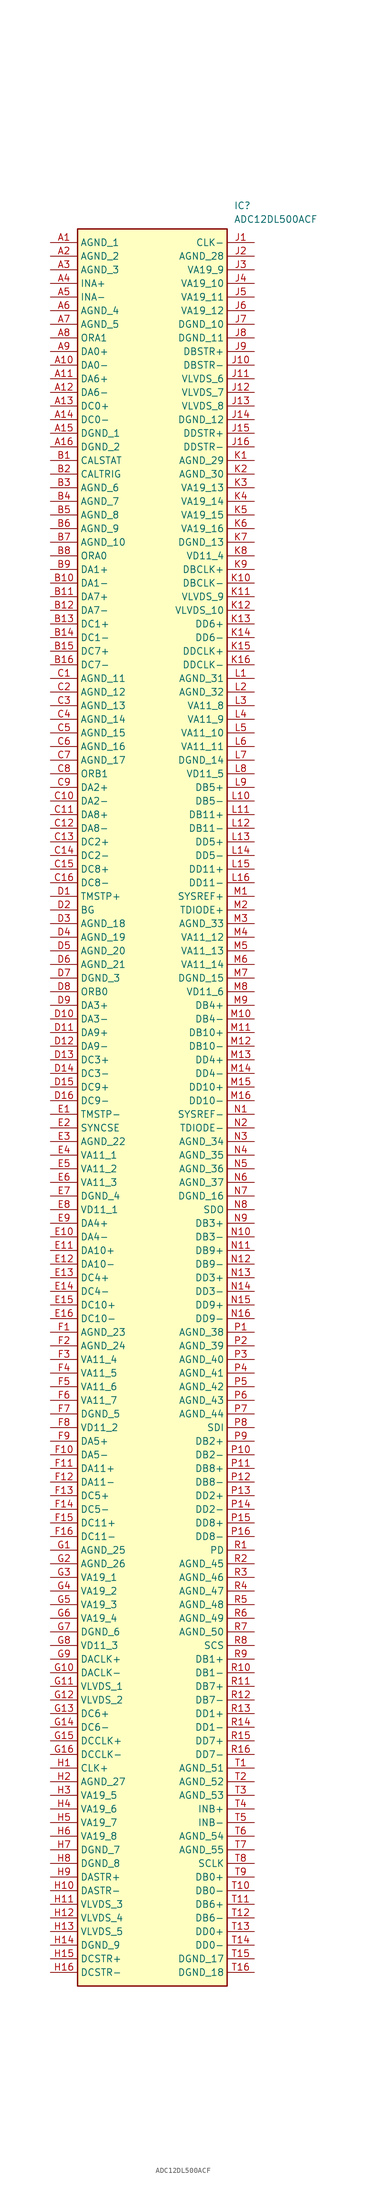
<source format=kicad_sym>
(kicad_symbol_lib
  (version 20211014)
  (generator SamacSys_ECAD_Model)
  (symbol "ADC12DL500ACF"
    (property "Reference" "IC"
      (at 34.29 7.62 0)
      (effects (font (size 1.27 1.27)) (justify left top)))
    (property "Value" "ADC12DL500ACF"
      (at 34.29 5.08 0)
      (effects (font (size 1.27 1.27)) (justify left top)))
    (rectangle
      (start 5.08 2.54)
      (end 33.02 -325.12)
      (stroke (width 0.254) (type default))
      (fill (type background)))
    (pin passive line
      (at 0 0 0)
      (length 5.08)
      (name "AGND_1" (effects (font (size 1.27 1.27))))
      (number "A1" (effects (font (size 1.27 1.27)))))
    (pin passive line
      (at 0 -2.54 0)
      (length 5.08)
      (name "AGND_2" (effects (font (size 1.27 1.27))))
      (number "A2" (effects (font (size 1.27 1.27)))))
    (pin passive line
      (at 0 -5.08 0)
      (length 5.08)
      (name "AGND_3" (effects (font (size 1.27 1.27))))
      (number "A3" (effects (font (size 1.27 1.27)))))
    (pin passive line
      (at 0 -7.62 0)
      (length 5.08)
      (name "INA+" (effects (font (size 1.27 1.27))))
      (number "A4" (effects (font (size 1.27 1.27)))))
    (pin passive line
      (at 0 -10.16 0)
      (length 5.08)
      (name "INA-" (effects (font (size 1.27 1.27))))
      (number "A5" (effects (font (size 1.27 1.27)))))
    (pin passive line
      (at 0 -12.7 0)
      (length 5.08)
      (name "AGND_4" (effects (font (size 1.27 1.27))))
      (number "A6" (effects (font (size 1.27 1.27)))))
    (pin passive line
      (at 0 -15.24 0)
      (length 5.08)
      (name "AGND_5" (effects (font (size 1.27 1.27))))
      (number "A7" (effects (font (size 1.27 1.27)))))
    (pin passive line
      (at 0 -17.78 0)
      (length 5.08)
      (name "ORA1" (effects (font (size 1.27 1.27))))
      (number "A8" (effects (font (size 1.27 1.27)))))
    (pin passive line
      (at 0 -20.32 0)
      (length 5.08)
      (name "DA0+" (effects (font (size 1.27 1.27))))
      (number "A9" (effects (font (size 1.27 1.27)))))
    (pin passive line
      (at 0 -22.86 0)
      (length 5.08)
      (name "DA0-" (effects (font (size 1.27 1.27))))
      (number "A10" (effects (font (size 1.27 1.27)))))
    (pin passive line
      (at 0 -25.4 0)
      (length 5.08)
      (name "DA6+" (effects (font (size 1.27 1.27))))
      (number "A11" (effects (font (size 1.27 1.27)))))
    (pin passive line
      (at 0 -27.94 0)
      (length 5.08)
      (name "DA6-" (effects (font (size 1.27 1.27))))
      (number "A12" (effects (font (size 1.27 1.27)))))
    (pin passive line
      (at 0 -30.48 0)
      (length 5.08)
      (name "DC0+" (effects (font (size 1.27 1.27))))
      (number "A13" (effects (font (size 1.27 1.27)))))
    (pin passive line
      (at 0 -33.02 0)
      (length 5.08)
      (name "DC0-" (effects (font (size 1.27 1.27))))
      (number "A14" (effects (font (size 1.27 1.27)))))
    (pin passive line
      (at 0 -35.56 0)
      (length 5.08)
      (name "DGND_1" (effects (font (size 1.27 1.27))))
      (number "A15" (effects (font (size 1.27 1.27)))))
    (pin passive line
      (at 0 -38.1 0)
      (length 5.08)
      (name "DGND_2" (effects (font (size 1.27 1.27))))
      (number "A16" (effects (font (size 1.27 1.27)))))
    (pin passive line
      (at 0 -40.64 0)
      (length 5.08)
      (name "CALSTAT" (effects (font (size 1.27 1.27))))
      (number "B1" (effects (font (size 1.27 1.27)))))
    (pin passive line
      (at 0 -43.18 0)
      (length 5.08)
      (name "CALTRIG" (effects (font (size 1.27 1.27))))
      (number "B2" (effects (font (size 1.27 1.27)))))
    (pin passive line
      (at 0 -45.72 0)
      (length 5.08)
      (name "AGND_6" (effects (font (size 1.27 1.27))))
      (number "B3" (effects (font (size 1.27 1.27)))))
    (pin passive line
      (at 0 -48.26 0)
      (length 5.08)
      (name "AGND_7" (effects (font (size 1.27 1.27))))
      (number "B4" (effects (font (size 1.27 1.27)))))
    (pin passive line
      (at 0 -50.8 0)
      (length 5.08)
      (name "AGND_8" (effects (font (size 1.27 1.27))))
      (number "B5" (effects (font (size 1.27 1.27)))))
    (pin passive line
      (at 0 -53.34 0)
      (length 5.08)
      (name "AGND_9" (effects (font (size 1.27 1.27))))
      (number "B6" (effects (font (size 1.27 1.27)))))
    (pin passive line
      (at 0 -55.88 0)
      (length 5.08)
      (name "AGND_10" (effects (font (size 1.27 1.27))))
      (number "B7" (effects (font (size 1.27 1.27)))))
    (pin passive line
      (at 0 -58.42 0)
      (length 5.08)
      (name "ORA0" (effects (font (size 1.27 1.27))))
      (number "B8" (effects (font (size 1.27 1.27)))))
    (pin passive line
      (at 0 -60.96 0)
      (length 5.08)
      (name "DA1+" (effects (font (size 1.27 1.27))))
      (number "B9" (effects (font (size 1.27 1.27)))))
    (pin passive line
      (at 0 -63.5 0)
      (length 5.08)
      (name "DA1-" (effects (font (size 1.27 1.27))))
      (number "B10" (effects (font (size 1.27 1.27)))))
    (pin passive line
      (at 0 -66.04 0)
      (length 5.08)
      (name "DA7+" (effects (font (size 1.27 1.27))))
      (number "B11" (effects (font (size 1.27 1.27)))))
    (pin passive line
      (at 0 -68.58 0)
      (length 5.08)
      (name "DA7-" (effects (font (size 1.27 1.27))))
      (number "B12" (effects (font (size 1.27 1.27)))))
    (pin passive line
      (at 0 -71.12 0)
      (length 5.08)
      (name "DC1+" (effects (font (size 1.27 1.27))))
      (number "B13" (effects (font (size 1.27 1.27)))))
    (pin passive line
      (at 0 -73.66 0)
      (length 5.08)
      (name "DC1-" (effects (font (size 1.27 1.27))))
      (number "B14" (effects (font (size 1.27 1.27)))))
    (pin passive line
      (at 0 -76.2 0)
      (length 5.08)
      (name "DC7+" (effects (font (size 1.27 1.27))))
      (number "B15" (effects (font (size 1.27 1.27)))))
    (pin passive line
      (at 0 -78.74 0)
      (length 5.08)
      (name "DC7-" (effects (font (size 1.27 1.27))))
      (number "B16" (effects (font (size 1.27 1.27)))))
    (pin passive line
      (at 0 -81.28 0)
      (length 5.08)
      (name "AGND_11" (effects (font (size 1.27 1.27))))
      (number "C1" (effects (font (size 1.27 1.27)))))
    (pin passive line
      (at 0 -83.82 0)
      (length 5.08)
      (name "AGND_12" (effects (font (size 1.27 1.27))))
      (number "C2" (effects (font (size 1.27 1.27)))))
    (pin passive line
      (at 0 -86.36 0)
      (length 5.08)
      (name "AGND_13" (effects (font (size 1.27 1.27))))
      (number "C3" (effects (font (size 1.27 1.27)))))
    (pin passive line
      (at 0 -88.9 0)
      (length 5.08)
      (name "AGND_14" (effects (font (size 1.27 1.27))))
      (number "C4" (effects (font (size 1.27 1.27)))))
    (pin passive line
      (at 0 -91.44 0)
      (length 5.08)
      (name "AGND_15" (effects (font (size 1.27 1.27))))
      (number "C5" (effects (font (size 1.27 1.27)))))
    (pin passive line
      (at 0 -93.98 0)
      (length 5.08)
      (name "AGND_16" (effects (font (size 1.27 1.27))))
      (number "C6" (effects (font (size 1.27 1.27)))))
    (pin passive line
      (at 0 -96.52 0)
      (length 5.08)
      (name "AGND_17" (effects (font (size 1.27 1.27))))
      (number "C7" (effects (font (size 1.27 1.27)))))
    (pin passive line
      (at 0 -99.06 0)
      (length 5.08)
      (name "ORB1" (effects (font (size 1.27 1.27))))
      (number "C8" (effects (font (size 1.27 1.27)))))
    (pin passive line
      (at 0 -101.6 0)
      (length 5.08)
      (name "DA2+" (effects (font (size 1.27 1.27))))
      (number "C9" (effects (font (size 1.27 1.27)))))
    (pin passive line
      (at 0 -104.14 0)
      (length 5.08)
      (name "DA2-" (effects (font (size 1.27 1.27))))
      (number "C10" (effects (font (size 1.27 1.27)))))
    (pin passive line
      (at 0 -106.68 0)
      (length 5.08)
      (name "DA8+" (effects (font (size 1.27 1.27))))
      (number "C11" (effects (font (size 1.27 1.27)))))
    (pin passive line
      (at 0 -109.22 0)
      (length 5.08)
      (name "DA8-" (effects (font (size 1.27 1.27))))
      (number "C12" (effects (font (size 1.27 1.27)))))
    (pin passive line
      (at 0 -111.76 0)
      (length 5.08)
      (name "DC2+" (effects (font (size 1.27 1.27))))
      (number "C13" (effects (font (size 1.27 1.27)))))
    (pin passive line
      (at 0 -114.3 0)
      (length 5.08)
      (name "DC2-" (effects (font (size 1.27 1.27))))
      (number "C14" (effects (font (size 1.27 1.27)))))
    (pin passive line
      (at 0 -116.84 0)
      (length 5.08)
      (name "DC8+" (effects (font (size 1.27 1.27))))
      (number "C15" (effects (font (size 1.27 1.27)))))
    (pin passive line
      (at 0 -119.38 0)
      (length 5.08)
      (name "DC8-" (effects (font (size 1.27 1.27))))
      (number "C16" (effects (font (size 1.27 1.27)))))
    (pin passive line
      (at 0 -121.92 0)
      (length 5.08)
      (name "TMSTP+" (effects (font (size 1.27 1.27))))
      (number "D1" (effects (font (size 1.27 1.27)))))
    (pin passive line
      (at 0 -124.46 0)
      (length 5.08)
      (name "BG" (effects (font (size 1.27 1.27))))
      (number "D2" (effects (font (size 1.27 1.27)))))
    (pin passive line
      (at 0 -127 0)
      (length 5.08)
      (name "AGND_18" (effects (font (size 1.27 1.27))))
      (number "D3" (effects (font (size 1.27 1.27)))))
    (pin passive line
      (at 0 -129.54 0)
      (length 5.08)
      (name "AGND_19" (effects (font (size 1.27 1.27))))
      (number "D4" (effects (font (size 1.27 1.27)))))
    (pin passive line
      (at 0 -132.08 0)
      (length 5.08)
      (name "AGND_20" (effects (font (size 1.27 1.27))))
      (number "D5" (effects (font (size 1.27 1.27)))))
    (pin passive line
      (at 0 -134.62 0)
      (length 5.08)
      (name "AGND_21" (effects (font (size 1.27 1.27))))
      (number "D6" (effects (font (size 1.27 1.27)))))
    (pin passive line
      (at 0 -137.16 0)
      (length 5.08)
      (name "DGND_3" (effects (font (size 1.27 1.27))))
      (number "D7" (effects (font (size 1.27 1.27)))))
    (pin passive line
      (at 0 -139.7 0)
      (length 5.08)
      (name "ORB0" (effects (font (size 1.27 1.27))))
      (number "D8" (effects (font (size 1.27 1.27)))))
    (pin passive line
      (at 0 -142.24 0)
      (length 5.08)
      (name "DA3+" (effects (font (size 1.27 1.27))))
      (number "D9" (effects (font (size 1.27 1.27)))))
    (pin passive line
      (at 0 -144.78 0)
      (length 5.08)
      (name "DA3-" (effects (font (size 1.27 1.27))))
      (number "D10" (effects (font (size 1.27 1.27)))))
    (pin passive line
      (at 0 -147.32 0)
      (length 5.08)
      (name "DA9+" (effects (font (size 1.27 1.27))))
      (number "D11" (effects (font (size 1.27 1.27)))))
    (pin passive line
      (at 0 -149.86 0)
      (length 5.08)
      (name "DA9-" (effects (font (size 1.27 1.27))))
      (number "D12" (effects (font (size 1.27 1.27)))))
    (pin passive line
      (at 0 -152.4 0)
      (length 5.08)
      (name "DC3+" (effects (font (size 1.27 1.27))))
      (number "D13" (effects (font (size 1.27 1.27)))))
    (pin passive line
      (at 0 -154.94 0)
      (length 5.08)
      (name "DC3-" (effects (font (size 1.27 1.27))))
      (number "D14" (effects (font (size 1.27 1.27)))))
    (pin passive line
      (at 0 -157.48 0)
      (length 5.08)
      (name "DC9+" (effects (font (size 1.27 1.27))))
      (number "D15" (effects (font (size 1.27 1.27)))))
    (pin passive line
      (at 0 -160.02 0)
      (length 5.08)
      (name "DC9-" (effects (font (size 1.27 1.27))))
      (number "D16" (effects (font (size 1.27 1.27)))))
    (pin passive line
      (at 0 -162.56 0)
      (length 5.08)
      (name "TMSTP-" (effects (font (size 1.27 1.27))))
      (number "E1" (effects (font (size 1.27 1.27)))))
    (pin passive line
      (at 0 -165.1 0)
      (length 5.08)
      (name "SYNCSE" (effects (font (size 1.27 1.27))))
      (number "E2" (effects (font (size 1.27 1.27)))))
    (pin passive line
      (at 0 -167.64 0)
      (length 5.08)
      (name "AGND_22" (effects (font (size 1.27 1.27))))
      (number "E3" (effects (font (size 1.27 1.27)))))
    (pin passive line
      (at 0 -170.18 0)
      (length 5.08)
      (name "VA11_1" (effects (font (size 1.27 1.27))))
      (number "E4" (effects (font (size 1.27 1.27)))))
    (pin passive line
      (at 0 -172.72 0)
      (length 5.08)
      (name "VA11_2" (effects (font (size 1.27 1.27))))
      (number "E5" (effects (font (size 1.27 1.27)))))
    (pin passive line
      (at 0 -175.26 0)
      (length 5.08)
      (name "VA11_3" (effects (font (size 1.27 1.27))))
      (number "E6" (effects (font (size 1.27 1.27)))))
    (pin passive line
      (at 0 -177.8 0)
      (length 5.08)
      (name "DGND_4" (effects (font (size 1.27 1.27))))
      (number "E7" (effects (font (size 1.27 1.27)))))
    (pin passive line
      (at 0 -180.34 0)
      (length 5.08)
      (name "VD11_1" (effects (font (size 1.27 1.27))))
      (number "E8" (effects (font (size 1.27 1.27)))))
    (pin passive line
      (at 0 -182.88 0)
      (length 5.08)
      (name "DA4+" (effects (font (size 1.27 1.27))))
      (number "E9" (effects (font (size 1.27 1.27)))))
    (pin passive line
      (at 0 -185.42 0)
      (length 5.08)
      (name "DA4-" (effects (font (size 1.27 1.27))))
      (number "E10" (effects (font (size 1.27 1.27)))))
    (pin passive line
      (at 0 -187.96 0)
      (length 5.08)
      (name "DA10+" (effects (font (size 1.27 1.27))))
      (number "E11" (effects (font (size 1.27 1.27)))))
    (pin passive line
      (at 0 -190.5 0)
      (length 5.08)
      (name "DA10-" (effects (font (size 1.27 1.27))))
      (number "E12" (effects (font (size 1.27 1.27)))))
    (pin passive line
      (at 0 -193.04 0)
      (length 5.08)
      (name "DC4+" (effects (font (size 1.27 1.27))))
      (number "E13" (effects (font (size 1.27 1.27)))))
    (pin passive line
      (at 0 -195.58 0)
      (length 5.08)
      (name "DC4-" (effects (font (size 1.27 1.27))))
      (number "E14" (effects (font (size 1.27 1.27)))))
    (pin passive line
      (at 0 -198.12 0)
      (length 5.08)
      (name "DC10+" (effects (font (size 1.27 1.27))))
      (number "E15" (effects (font (size 1.27 1.27)))))
    (pin passive line
      (at 0 -200.66 0)
      (length 5.08)
      (name "DC10-" (effects (font (size 1.27 1.27))))
      (number "E16" (effects (font (size 1.27 1.27)))))
    (pin passive line
      (at 0 -203.2 0)
      (length 5.08)
      (name "AGND_23" (effects (font (size 1.27 1.27))))
      (number "F1" (effects (font (size 1.27 1.27)))))
    (pin passive line
      (at 0 -205.74 0)
      (length 5.08)
      (name "AGND_24" (effects (font (size 1.27 1.27))))
      (number "F2" (effects (font (size 1.27 1.27)))))
    (pin passive line
      (at 0 -208.28 0)
      (length 5.08)
      (name "VA11_4" (effects (font (size 1.27 1.27))))
      (number "F3" (effects (font (size 1.27 1.27)))))
    (pin passive line
      (at 0 -210.82 0)
      (length 5.08)
      (name "VA11_5" (effects (font (size 1.27 1.27))))
      (number "F4" (effects (font (size 1.27 1.27)))))
    (pin passive line
      (at 0 -213.36 0)
      (length 5.08)
      (name "VA11_6" (effects (font (size 1.27 1.27))))
      (number "F5" (effects (font (size 1.27 1.27)))))
    (pin passive line
      (at 0 -215.9 0)
      (length 5.08)
      (name "VA11_7" (effects (font (size 1.27 1.27))))
      (number "F6" (effects (font (size 1.27 1.27)))))
    (pin passive line
      (at 0 -218.44 0)
      (length 5.08)
      (name "DGND_5" (effects (font (size 1.27 1.27))))
      (number "F7" (effects (font (size 1.27 1.27)))))
    (pin passive line
      (at 0 -220.98 0)
      (length 5.08)
      (name "VD11_2" (effects (font (size 1.27 1.27))))
      (number "F8" (effects (font (size 1.27 1.27)))))
    (pin passive line
      (at 0 -223.52 0)
      (length 5.08)
      (name "DA5+" (effects (font (size 1.27 1.27))))
      (number "F9" (effects (font (size 1.27 1.27)))))
    (pin passive line
      (at 0 -226.06 0)
      (length 5.08)
      (name "DA5-" (effects (font (size 1.27 1.27))))
      (number "F10" (effects (font (size 1.27 1.27)))))
    (pin passive line
      (at 0 -228.6 0)
      (length 5.08)
      (name "DA11+" (effects (font (size 1.27 1.27))))
      (number "F11" (effects (font (size 1.27 1.27)))))
    (pin passive line
      (at 0 -231.14 0)
      (length 5.08)
      (name "DA11-" (effects (font (size 1.27 1.27))))
      (number "F12" (effects (font (size 1.27 1.27)))))
    (pin passive line
      (at 0 -233.68 0)
      (length 5.08)
      (name "DC5+" (effects (font (size 1.27 1.27))))
      (number "F13" (effects (font (size 1.27 1.27)))))
    (pin passive line
      (at 0 -236.22 0)
      (length 5.08)
      (name "DC5-" (effects (font (size 1.27 1.27))))
      (number "F14" (effects (font (size 1.27 1.27)))))
    (pin passive line
      (at 0 -238.76 0)
      (length 5.08)
      (name "DC11+" (effects (font (size 1.27 1.27))))
      (number "F15" (effects (font (size 1.27 1.27)))))
    (pin passive line
      (at 0 -241.3 0)
      (length 5.08)
      (name "DC11-" (effects (font (size 1.27 1.27))))
      (number "F16" (effects (font (size 1.27 1.27)))))
    (pin passive line
      (at 0 -243.84 0)
      (length 5.08)
      (name "AGND_25" (effects (font (size 1.27 1.27))))
      (number "G1" (effects (font (size 1.27 1.27)))))
    (pin passive line
      (at 0 -246.38 0)
      (length 5.08)
      (name "AGND_26" (effects (font (size 1.27 1.27))))
      (number "G2" (effects (font (size 1.27 1.27)))))
    (pin passive line
      (at 0 -248.92 0)
      (length 5.08)
      (name "VA19_1" (effects (font (size 1.27 1.27))))
      (number "G3" (effects (font (size 1.27 1.27)))))
    (pin passive line
      (at 0 -251.46 0)
      (length 5.08)
      (name "VA19_2" (effects (font (size 1.27 1.27))))
      (number "G4" (effects (font (size 1.27 1.27)))))
    (pin passive line
      (at 0 -254 0)
      (length 5.08)
      (name "VA19_3" (effects (font (size 1.27 1.27))))
      (number "G5" (effects (font (size 1.27 1.27)))))
    (pin passive line
      (at 0 -256.54 0)
      (length 5.08)
      (name "VA19_4" (effects (font (size 1.27 1.27))))
      (number "G6" (effects (font (size 1.27 1.27)))))
    (pin passive line
      (at 0 -259.08 0)
      (length 5.08)
      (name "DGND_6" (effects (font (size 1.27 1.27))))
      (number "G7" (effects (font (size 1.27 1.27)))))
    (pin passive line
      (at 0 -261.62 0)
      (length 5.08)
      (name "VD11_3" (effects (font (size 1.27 1.27))))
      (number "G8" (effects (font (size 1.27 1.27)))))
    (pin passive line
      (at 0 -264.16 0)
      (length 5.08)
      (name "DACLK+" (effects (font (size 1.27 1.27))))
      (number "G9" (effects (font (size 1.27 1.27)))))
    (pin passive line
      (at 0 -266.7 0)
      (length 5.08)
      (name "DACLK-" (effects (font (size 1.27 1.27))))
      (number "G10" (effects (font (size 1.27 1.27)))))
    (pin passive line
      (at 0 -269.24 0)
      (length 5.08)
      (name "VLVDS_1" (effects (font (size 1.27 1.27))))
      (number "G11" (effects (font (size 1.27 1.27)))))
    (pin passive line
      (at 0 -271.78 0)
      (length 5.08)
      (name "VLVDS_2" (effects (font (size 1.27 1.27))))
      (number "G12" (effects (font (size 1.27 1.27)))))
    (pin passive line
      (at 0 -274.32 0)
      (length 5.08)
      (name "DC6+" (effects (font (size 1.27 1.27))))
      (number "G13" (effects (font (size 1.27 1.27)))))
    (pin passive line
      (at 0 -276.86 0)
      (length 5.08)
      (name "DC6-" (effects (font (size 1.27 1.27))))
      (number "G14" (effects (font (size 1.27 1.27)))))
    (pin passive line
      (at 0 -279.4 0)
      (length 5.08)
      (name "DCCLK+" (effects (font (size 1.27 1.27))))
      (number "G15" (effects (font (size 1.27 1.27)))))
    (pin passive line
      (at 0 -281.94 0)
      (length 5.08)
      (name "DCCLK-" (effects (font (size 1.27 1.27))))
      (number "G16" (effects (font (size 1.27 1.27)))))
    (pin passive line
      (at 0 -284.48 0)
      (length 5.08)
      (name "CLK+" (effects (font (size 1.27 1.27))))
      (number "H1" (effects (font (size 1.27 1.27)))))
    (pin passive line
      (at 0 -287.02 0)
      (length 5.08)
      (name "AGND_27" (effects (font (size 1.27 1.27))))
      (number "H2" (effects (font (size 1.27 1.27)))))
    (pin passive line
      (at 0 -289.56 0)
      (length 5.08)
      (name "VA19_5" (effects (font (size 1.27 1.27))))
      (number "H3" (effects (font (size 1.27 1.27)))))
    (pin passive line
      (at 0 -292.1 0)
      (length 5.08)
      (name "VA19_6" (effects (font (size 1.27 1.27))))
      (number "H4" (effects (font (size 1.27 1.27)))))
    (pin passive line
      (at 0 -294.64 0)
      (length 5.08)
      (name "VA19_7" (effects (font (size 1.27 1.27))))
      (number "H5" (effects (font (size 1.27 1.27)))))
    (pin passive line
      (at 0 -297.18 0)
      (length 5.08)
      (name "VA19_8" (effects (font (size 1.27 1.27))))
      (number "H6" (effects (font (size 1.27 1.27)))))
    (pin passive line
      (at 0 -299.72 0)
      (length 5.08)
      (name "DGND_7" (effects (font (size 1.27 1.27))))
      (number "H7" (effects (font (size 1.27 1.27)))))
    (pin passive line
      (at 0 -302.26 0)
      (length 5.08)
      (name "DGND_8" (effects (font (size 1.27 1.27))))
      (number "H8" (effects (font (size 1.27 1.27)))))
    (pin passive line
      (at 0 -304.8 0)
      (length 5.08)
      (name "DASTR+" (effects (font (size 1.27 1.27))))
      (number "H9" (effects (font (size 1.27 1.27)))))
    (pin passive line
      (at 0 -307.34 0)
      (length 5.08)
      (name "DASTR-" (effects (font (size 1.27 1.27))))
      (number "H10" (effects (font (size 1.27 1.27)))))
    (pin passive line
      (at 0 -309.88 0)
      (length 5.08)
      (name "VLVDS_3" (effects (font (size 1.27 1.27))))
      (number "H11" (effects (font (size 1.27 1.27)))))
    (pin passive line
      (at 0 -312.42 0)
      (length 5.08)
      (name "VLVDS_4" (effects (font (size 1.27 1.27))))
      (number "H12" (effects (font (size 1.27 1.27)))))
    (pin passive line
      (at 0 -314.96 0)
      (length 5.08)
      (name "VLVDS_5" (effects (font (size 1.27 1.27))))
      (number "H13" (effects (font (size 1.27 1.27)))))
    (pin passive line
      (at 0 -317.5 0)
      (length 5.08)
      (name "DGND_9" (effects (font (size 1.27 1.27))))
      (number "H14" (effects (font (size 1.27 1.27)))))
    (pin passive line
      (at 0 -320.04 0)
      (length 5.08)
      (name "DCSTR+" (effects (font (size 1.27 1.27))))
      (number "H15" (effects (font (size 1.27 1.27)))))
    (pin passive line
      (at 0 -322.58 0)
      (length 5.08)
      (name "DCSTR-" (effects (font (size 1.27 1.27))))
      (number "H16" (effects (font (size 1.27 1.27)))))
    (pin passive line
      (at 38.1 0 180)
      (length 5.08)
      (name "CLK-" (effects (font (size 1.27 1.27))))
      (number "J1" (effects (font (size 1.27 1.27)))))
    (pin passive line
      (at 38.1 -2.54 180)
      (length 5.08)
      (name "AGND_28" (effects (font (size 1.27 1.27))))
      (number "J2" (effects (font (size 1.27 1.27)))))
    (pin passive line
      (at 38.1 -5.08 180)
      (length 5.08)
      (name "VA19_9" (effects (font (size 1.27 1.27))))
      (number "J3" (effects (font (size 1.27 1.27)))))
    (pin passive line
      (at 38.1 -7.62 180)
      (length 5.08)
      (name "VA19_10" (effects (font (size 1.27 1.27))))
      (number "J4" (effects (font (size 1.27 1.27)))))
    (pin passive line
      (at 38.1 -10.16 180)
      (length 5.08)
      (name "VA19_11" (effects (font (size 1.27 1.27))))
      (number "J5" (effects (font (size 1.27 1.27)))))
    (pin passive line
      (at 38.1 -12.7 180)
      (length 5.08)
      (name "VA19_12" (effects (font (size 1.27 1.27))))
      (number "J6" (effects (font (size 1.27 1.27)))))
    (pin passive line
      (at 38.1 -15.24 180)
      (length 5.08)
      (name "DGND_10" (effects (font (size 1.27 1.27))))
      (number "J7" (effects (font (size 1.27 1.27)))))
    (pin passive line
      (at 38.1 -17.78 180)
      (length 5.08)
      (name "DGND_11" (effects (font (size 1.27 1.27))))
      (number "J8" (effects (font (size 1.27 1.27)))))
    (pin passive line
      (at 38.1 -20.32 180)
      (length 5.08)
      (name "DBSTR+" (effects (font (size 1.27 1.27))))
      (number "J9" (effects (font (size 1.27 1.27)))))
    (pin passive line
      (at 38.1 -22.86 180)
      (length 5.08)
      (name "DBSTR-" (effects (font (size 1.27 1.27))))
      (number "J10" (effects (font (size 1.27 1.27)))))
    (pin passive line
      (at 38.1 -25.4 180)
      (length 5.08)
      (name "VLVDS_6" (effects (font (size 1.27 1.27))))
      (number "J11" (effects (font (size 1.27 1.27)))))
    (pin passive line
      (at 38.1 -27.94 180)
      (length 5.08)
      (name "VLVDS_7" (effects (font (size 1.27 1.27))))
      (number "J12" (effects (font (size 1.27 1.27)))))
    (pin passive line
      (at 38.1 -30.48 180)
      (length 5.08)
      (name "VLVDS_8" (effects (font (size 1.27 1.27))))
      (number "J13" (effects (font (size 1.27 1.27)))))
    (pin passive line
      (at 38.1 -33.02 180)
      (length 5.08)
      (name "DGND_12" (effects (font (size 1.27 1.27))))
      (number "J14" (effects (font (size 1.27 1.27)))))
    (pin passive line
      (at 38.1 -35.56 180)
      (length 5.08)
      (name "DDSTR+" (effects (font (size 1.27 1.27))))
      (number "J15" (effects (font (size 1.27 1.27)))))
    (pin passive line
      (at 38.1 -38.1 180)
      (length 5.08)
      (name "DDSTR-" (effects (font (size 1.27 1.27))))
      (number "J16" (effects (font (size 1.27 1.27)))))
    (pin passive line
      (at 38.1 -40.64 180)
      (length 5.08)
      (name "AGND_29" (effects (font (size 1.27 1.27))))
      (number "K1" (effects (font (size 1.27 1.27)))))
    (pin passive line
      (at 38.1 -43.18 180)
      (length 5.08)
      (name "AGND_30" (effects (font (size 1.27 1.27))))
      (number "K2" (effects (font (size 1.27 1.27)))))
    (pin passive line
      (at 38.1 -45.72 180)
      (length 5.08)
      (name "VA19_13" (effects (font (size 1.27 1.27))))
      (number "K3" (effects (font (size 1.27 1.27)))))
    (pin passive line
      (at 38.1 -48.26 180)
      (length 5.08)
      (name "VA19_14" (effects (font (size 1.27 1.27))))
      (number "K4" (effects (font (size 1.27 1.27)))))
    (pin passive line
      (at 38.1 -50.8 180)
      (length 5.08)
      (name "VA19_15" (effects (font (size 1.27 1.27))))
      (number "K5" (effects (font (size 1.27 1.27)))))
    (pin passive line
      (at 38.1 -53.34 180)
      (length 5.08)
      (name "VA19_16" (effects (font (size 1.27 1.27))))
      (number "K6" (effects (font (size 1.27 1.27)))))
    (pin passive line
      (at 38.1 -55.88 180)
      (length 5.08)
      (name "DGND_13" (effects (font (size 1.27 1.27))))
      (number "K7" (effects (font (size 1.27 1.27)))))
    (pin passive line
      (at 38.1 -58.42 180)
      (length 5.08)
      (name "VD11_4" (effects (font (size 1.27 1.27))))
      (number "K8" (effects (font (size 1.27 1.27)))))
    (pin passive line
      (at 38.1 -60.96 180)
      (length 5.08)
      (name "DBCLK+" (effects (font (size 1.27 1.27))))
      (number "K9" (effects (font (size 1.27 1.27)))))
    (pin passive line
      (at 38.1 -63.5 180)
      (length 5.08)
      (name "DBCLK-" (effects (font (size 1.27 1.27))))
      (number "K10" (effects (font (size 1.27 1.27)))))
    (pin passive line
      (at 38.1 -66.04 180)
      (length 5.08)
      (name "VLVDS_9" (effects (font (size 1.27 1.27))))
      (number "K11" (effects (font (size 1.27 1.27)))))
    (pin passive line
      (at 38.1 -68.58 180)
      (length 5.08)
      (name "VLVDS_10" (effects (font (size 1.27 1.27))))
      (number "K12" (effects (font (size 1.27 1.27)))))
    (pin passive line
      (at 38.1 -71.12 180)
      (length 5.08)
      (name "DD6+" (effects (font (size 1.27 1.27))))
      (number "K13" (effects (font (size 1.27 1.27)))))
    (pin passive line
      (at 38.1 -73.66 180)
      (length 5.08)
      (name "DD6-" (effects (font (size 1.27 1.27))))
      (number "K14" (effects (font (size 1.27 1.27)))))
    (pin passive line
      (at 38.1 -76.2 180)
      (length 5.08)
      (name "DDCLK+" (effects (font (size 1.27 1.27))))
      (number "K15" (effects (font (size 1.27 1.27)))))
    (pin passive line
      (at 38.1 -78.74 180)
      (length 5.08)
      (name "DDCLK-" (effects (font (size 1.27 1.27))))
      (number "K16" (effects (font (size 1.27 1.27)))))
    (pin passive line
      (at 38.1 -81.28 180)
      (length 5.08)
      (name "AGND_31" (effects (font (size 1.27 1.27))))
      (number "L1" (effects (font (size 1.27 1.27)))))
    (pin passive line
      (at 38.1 -83.82 180)
      (length 5.08)
      (name "AGND_32" (effects (font (size 1.27 1.27))))
      (number "L2" (effects (font (size 1.27 1.27)))))
    (pin passive line
      (at 38.1 -86.36 180)
      (length 5.08)
      (name "VA11_8" (effects (font (size 1.27 1.27))))
      (number "L3" (effects (font (size 1.27 1.27)))))
    (pin passive line
      (at 38.1 -88.9 180)
      (length 5.08)
      (name "VA11_9" (effects (font (size 1.27 1.27))))
      (number "L4" (effects (font (size 1.27 1.27)))))
    (pin passive line
      (at 38.1 -91.44 180)
      (length 5.08)
      (name "VA11_10" (effects (font (size 1.27 1.27))))
      (number "L5" (effects (font (size 1.27 1.27)))))
    (pin passive line
      (at 38.1 -93.98 180)
      (length 5.08)
      (name "VA11_11" (effects (font (size 1.27 1.27))))
      (number "L6" (effects (font (size 1.27 1.27)))))
    (pin passive line
      (at 38.1 -96.52 180)
      (length 5.08)
      (name "DGND_14" (effects (font (size 1.27 1.27))))
      (number "L7" (effects (font (size 1.27 1.27)))))
    (pin passive line
      (at 38.1 -99.06 180)
      (length 5.08)
      (name "VD11_5" (effects (font (size 1.27 1.27))))
      (number "L8" (effects (font (size 1.27 1.27)))))
    (pin passive line
      (at 38.1 -101.6 180)
      (length 5.08)
      (name "DB5+" (effects (font (size 1.27 1.27))))
      (number "L9" (effects (font (size 1.27 1.27)))))
    (pin passive line
      (at 38.1 -104.14 180)
      (length 5.08)
      (name "DB5-" (effects (font (size 1.27 1.27))))
      (number "L10" (effects (font (size 1.27 1.27)))))
    (pin passive line
      (at 38.1 -106.68 180)
      (length 5.08)
      (name "DB11+" (effects (font (size 1.27 1.27))))
      (number "L11" (effects (font (size 1.27 1.27)))))
    (pin passive line
      (at 38.1 -109.22 180)
      (length 5.08)
      (name "DB11-" (effects (font (size 1.27 1.27))))
      (number "L12" (effects (font (size 1.27 1.27)))))
    (pin passive line
      (at 38.1 -111.76 180)
      (length 5.08)
      (name "DD5+" (effects (font (size 1.27 1.27))))
      (number "L13" (effects (font (size 1.27 1.27)))))
    (pin passive line
      (at 38.1 -114.3 180)
      (length 5.08)
      (name "DD5-" (effects (font (size 1.27 1.27))))
      (number "L14" (effects (font (size 1.27 1.27)))))
    (pin passive line
      (at 38.1 -116.84 180)
      (length 5.08)
      (name "DD11+" (effects (font (size 1.27 1.27))))
      (number "L15" (effects (font (size 1.27 1.27)))))
    (pin passive line
      (at 38.1 -119.38 180)
      (length 5.08)
      (name "DD11-" (effects (font (size 1.27 1.27))))
      (number "L16" (effects (font (size 1.27 1.27)))))
    (pin passive line
      (at 38.1 -121.92 180)
      (length 5.08)
      (name "SYSREF+" (effects (font (size 1.27 1.27))))
      (number "M1" (effects (font (size 1.27 1.27)))))
    (pin passive line
      (at 38.1 -124.46 180)
      (length 5.08)
      (name "TDIODE+" (effects (font (size 1.27 1.27))))
      (number "M2" (effects (font (size 1.27 1.27)))))
    (pin passive line
      (at 38.1 -127 180)
      (length 5.08)
      (name "AGND_33" (effects (font (size 1.27 1.27))))
      (number "M3" (effects (font (size 1.27 1.27)))))
    (pin passive line
      (at 38.1 -129.54 180)
      (length 5.08)
      (name "VA11_12" (effects (font (size 1.27 1.27))))
      (number "M4" (effects (font (size 1.27 1.27)))))
    (pin passive line
      (at 38.1 -132.08 180)
      (length 5.08)
      (name "VA11_13" (effects (font (size 1.27 1.27))))
      (number "M5" (effects (font (size 1.27 1.27)))))
    (pin passive line
      (at 38.1 -134.62 180)
      (length 5.08)
      (name "VA11_14" (effects (font (size 1.27 1.27))))
      (number "M6" (effects (font (size 1.27 1.27)))))
    (pin passive line
      (at 38.1 -137.16 180)
      (length 5.08)
      (name "DGND_15" (effects (font (size 1.27 1.27))))
      (number "M7" (effects (font (size 1.27 1.27)))))
    (pin passive line
      (at 38.1 -139.7 180)
      (length 5.08)
      (name "VD11_6" (effects (font (size 1.27 1.27))))
      (number "M8" (effects (font (size 1.27 1.27)))))
    (pin passive line
      (at 38.1 -142.24 180)
      (length 5.08)
      (name "DB4+" (effects (font (size 1.27 1.27))))
      (number "M9" (effects (font (size 1.27 1.27)))))
    (pin passive line
      (at 38.1 -144.78 180)
      (length 5.08)
      (name "DB4-" (effects (font (size 1.27 1.27))))
      (number "M10" (effects (font (size 1.27 1.27)))))
    (pin passive line
      (at 38.1 -147.32 180)
      (length 5.08)
      (name "DB10+" (effects (font (size 1.27 1.27))))
      (number "M11" (effects (font (size 1.27 1.27)))))
    (pin passive line
      (at 38.1 -149.86 180)
      (length 5.08)
      (name "DB10-" (effects (font (size 1.27 1.27))))
      (number "M12" (effects (font (size 1.27 1.27)))))
    (pin passive line
      (at 38.1 -152.4 180)
      (length 5.08)
      (name "DD4+" (effects (font (size 1.27 1.27))))
      (number "M13" (effects (font (size 1.27 1.27)))))
    (pin passive line
      (at 38.1 -154.94 180)
      (length 5.08)
      (name "DD4-" (effects (font (size 1.27 1.27))))
      (number "M14" (effects (font (size 1.27 1.27)))))
    (pin passive line
      (at 38.1 -157.48 180)
      (length 5.08)
      (name "DD10+" (effects (font (size 1.27 1.27))))
      (number "M15" (effects (font (size 1.27 1.27)))))
    (pin passive line
      (at 38.1 -160.02 180)
      (length 5.08)
      (name "DD10-" (effects (font (size 1.27 1.27))))
      (number "M16" (effects (font (size 1.27 1.27)))))
    (pin passive line
      (at 38.1 -162.56 180)
      (length 5.08)
      (name "SYSREF-" (effects (font (size 1.27 1.27))))
      (number "N1" (effects (font (size 1.27 1.27)))))
    (pin passive line
      (at 38.1 -165.1 180)
      (length 5.08)
      (name "TDIODE-" (effects (font (size 1.27 1.27))))
      (number "N2" (effects (font (size 1.27 1.27)))))
    (pin passive line
      (at 38.1 -167.64 180)
      (length 5.08)
      (name "AGND_34" (effects (font (size 1.27 1.27))))
      (number "N3" (effects (font (size 1.27 1.27)))))
    (pin passive line
      (at 38.1 -170.18 180)
      (length 5.08)
      (name "AGND_35" (effects (font (size 1.27 1.27))))
      (number "N4" (effects (font (size 1.27 1.27)))))
    (pin passive line
      (at 38.1 -172.72 180)
      (length 5.08)
      (name "AGND_36" (effects (font (size 1.27 1.27))))
      (number "N5" (effects (font (size 1.27 1.27)))))
    (pin passive line
      (at 38.1 -175.26 180)
      (length 5.08)
      (name "AGND_37" (effects (font (size 1.27 1.27))))
      (number "N6" (effects (font (size 1.27 1.27)))))
    (pin passive line
      (at 38.1 -177.8 180)
      (length 5.08)
      (name "DGND_16" (effects (font (size 1.27 1.27))))
      (number "N7" (effects (font (size 1.27 1.27)))))
    (pin passive line
      (at 38.1 -180.34 180)
      (length 5.08)
      (name "SDO" (effects (font (size 1.27 1.27))))
      (number "N8" (effects (font (size 1.27 1.27)))))
    (pin passive line
      (at 38.1 -182.88 180)
      (length 5.08)
      (name "DB3+" (effects (font (size 1.27 1.27))))
      (number "N9" (effects (font (size 1.27 1.27)))))
    (pin passive line
      (at 38.1 -185.42 180)
      (length 5.08)
      (name "DB3-" (effects (font (size 1.27 1.27))))
      (number "N10" (effects (font (size 1.27 1.27)))))
    (pin passive line
      (at 38.1 -187.96 180)
      (length 5.08)
      (name "DB9+" (effects (font (size 1.27 1.27))))
      (number "N11" (effects (font (size 1.27 1.27)))))
    (pin passive line
      (at 38.1 -190.5 180)
      (length 5.08)
      (name "DB9-" (effects (font (size 1.27 1.27))))
      (number "N12" (effects (font (size 1.27 1.27)))))
    (pin passive line
      (at 38.1 -193.04 180)
      (length 5.08)
      (name "DD3+" (effects (font (size 1.27 1.27))))
      (number "N13" (effects (font (size 1.27 1.27)))))
    (pin passive line
      (at 38.1 -195.58 180)
      (length 5.08)
      (name "DD3-" (effects (font (size 1.27 1.27))))
      (number "N14" (effects (font (size 1.27 1.27)))))
    (pin passive line
      (at 38.1 -198.12 180)
      (length 5.08)
      (name "DD9+" (effects (font (size 1.27 1.27))))
      (number "N15" (effects (font (size 1.27 1.27)))))
    (pin passive line
      (at 38.1 -200.66 180)
      (length 5.08)
      (name "DD9-" (effects (font (size 1.27 1.27))))
      (number "N16" (effects (font (size 1.27 1.27)))))
    (pin passive line
      (at 38.1 -203.2 180)
      (length 5.08)
      (name "AGND_38" (effects (font (size 1.27 1.27))))
      (number "P1" (effects (font (size 1.27 1.27)))))
    (pin passive line
      (at 38.1 -205.74 180)
      (length 5.08)
      (name "AGND_39" (effects (font (size 1.27 1.27))))
      (number "P2" (effects (font (size 1.27 1.27)))))
    (pin passive line
      (at 38.1 -208.28 180)
      (length 5.08)
      (name "AGND_40" (effects (font (size 1.27 1.27))))
      (number "P3" (effects (font (size 1.27 1.27)))))
    (pin passive line
      (at 38.1 -210.82 180)
      (length 5.08)
      (name "AGND_41" (effects (font (size 1.27 1.27))))
      (number "P4" (effects (font (size 1.27 1.27)))))
    (pin passive line
      (at 38.1 -213.36 180)
      (length 5.08)
      (name "AGND_42" (effects (font (size 1.27 1.27))))
      (number "P5" (effects (font (size 1.27 1.27)))))
    (pin passive line
      (at 38.1 -215.9 180)
      (length 5.08)
      (name "AGND_43" (effects (font (size 1.27 1.27))))
      (number "P6" (effects (font (size 1.27 1.27)))))
    (pin passive line
      (at 38.1 -218.44 180)
      (length 5.08)
      (name "AGND_44" (effects (font (size 1.27 1.27))))
      (number "P7" (effects (font (size 1.27 1.27)))))
    (pin passive line
      (at 38.1 -220.98 180)
      (length 5.08)
      (name "SDI" (effects (font (size 1.27 1.27))))
      (number "P8" (effects (font (size 1.27 1.27)))))
    (pin passive line
      (at 38.1 -223.52 180)
      (length 5.08)
      (name "DB2+" (effects (font (size 1.27 1.27))))
      (number "P9" (effects (font (size 1.27 1.27)))))
    (pin passive line
      (at 38.1 -226.06 180)
      (length 5.08)
      (name "DB2-" (effects (font (size 1.27 1.27))))
      (number "P10" (effects (font (size 1.27 1.27)))))
    (pin passive line
      (at 38.1 -228.6 180)
      (length 5.08)
      (name "DB8+" (effects (font (size 1.27 1.27))))
      (number "P11" (effects (font (size 1.27 1.27)))))
    (pin passive line
      (at 38.1 -231.14 180)
      (length 5.08)
      (name "DB8-" (effects (font (size 1.27 1.27))))
      (number "P12" (effects (font (size 1.27 1.27)))))
    (pin passive line
      (at 38.1 -233.68 180)
      (length 5.08)
      (name "DD2+" (effects (font (size 1.27 1.27))))
      (number "P13" (effects (font (size 1.27 1.27)))))
    (pin passive line
      (at 38.1 -236.22 180)
      (length 5.08)
      (name "DD2-" (effects (font (size 1.27 1.27))))
      (number "P14" (effects (font (size 1.27 1.27)))))
    (pin passive line
      (at 38.1 -238.76 180)
      (length 5.08)
      (name "DD8+" (effects (font (size 1.27 1.27))))
      (number "P15" (effects (font (size 1.27 1.27)))))
    (pin passive line
      (at 38.1 -241.3 180)
      (length 5.08)
      (name "DD8-" (effects (font (size 1.27 1.27))))
      (number "P16" (effects (font (size 1.27 1.27)))))
    (pin passive line
      (at 38.1 -243.84 180)
      (length 5.08)
      (name "PD" (effects (font (size 1.27 1.27))))
      (number "R1" (effects (font (size 1.27 1.27)))))
    (pin passive line
      (at 38.1 -246.38 180)
      (length 5.08)
      (name "AGND_45" (effects (font (size 1.27 1.27))))
      (number "R2" (effects (font (size 1.27 1.27)))))
    (pin passive line
      (at 38.1 -248.92 180)
      (length 5.08)
      (name "AGND_46" (effects (font (size 1.27 1.27))))
      (number "R3" (effects (font (size 1.27 1.27)))))
    (pin passive line
      (at 38.1 -251.46 180)
      (length 5.08)
      (name "AGND_47" (effects (font (size 1.27 1.27))))
      (number "R4" (effects (font (size 1.27 1.27)))))
    (pin passive line
      (at 38.1 -254 180)
      (length 5.08)
      (name "AGND_48" (effects (font (size 1.27 1.27))))
      (number "R5" (effects (font (size 1.27 1.27)))))
    (pin passive line
      (at 38.1 -256.54 180)
      (length 5.08)
      (name "AGND_49" (effects (font (size 1.27 1.27))))
      (number "R6" (effects (font (size 1.27 1.27)))))
    (pin passive line
      (at 38.1 -259.08 180)
      (length 5.08)
      (name "AGND_50" (effects (font (size 1.27 1.27))))
      (number "R7" (effects (font (size 1.27 1.27)))))
    (pin passive line
      (at 38.1 -261.62 180)
      (length 5.08)
      (name "SCS" (effects (font (size 1.27 1.27))))
      (number "R8" (effects (font (size 1.27 1.27)))))
    (pin passive line
      (at 38.1 -264.16 180)
      (length 5.08)
      (name "DB1+" (effects (font (size 1.27 1.27))))
      (number "R9" (effects (font (size 1.27 1.27)))))
    (pin passive line
      (at 38.1 -266.7 180)
      (length 5.08)
      (name "DB1-" (effects (font (size 1.27 1.27))))
      (number "R10" (effects (font (size 1.27 1.27)))))
    (pin passive line
      (at 38.1 -269.24 180)
      (length 5.08)
      (name "DB7+" (effects (font (size 1.27 1.27))))
      (number "R11" (effects (font (size 1.27 1.27)))))
    (pin passive line
      (at 38.1 -271.78 180)
      (length 5.08)
      (name "DB7-" (effects (font (size 1.27 1.27))))
      (number "R12" (effects (font (size 1.27 1.27)))))
    (pin passive line
      (at 38.1 -274.32 180)
      (length 5.08)
      (name "DD1+" (effects (font (size 1.27 1.27))))
      (number "R13" (effects (font (size 1.27 1.27)))))
    (pin passive line
      (at 38.1 -276.86 180)
      (length 5.08)
      (name "DD1-" (effects (font (size 1.27 1.27))))
      (number "R14" (effects (font (size 1.27 1.27)))))
    (pin passive line
      (at 38.1 -279.4 180)
      (length 5.08)
      (name "DD7+" (effects (font (size 1.27 1.27))))
      (number "R15" (effects (font (size 1.27 1.27)))))
    (pin passive line
      (at 38.1 -281.94 180)
      (length 5.08)
      (name "DD7-" (effects (font (size 1.27 1.27))))
      (number "R16" (effects (font (size 1.27 1.27)))))
    (pin passive line
      (at 38.1 -284.48 180)
      (length 5.08)
      (name "AGND_51" (effects (font (size 1.27 1.27))))
      (number "T1" (effects (font (size 1.27 1.27)))))
    (pin passive line
      (at 38.1 -287.02 180)
      (length 5.08)
      (name "AGND_52" (effects (font (size 1.27 1.27))))
      (number "T2" (effects (font (size 1.27 1.27)))))
    (pin passive line
      (at 38.1 -289.56 180)
      (length 5.08)
      (name "AGND_53" (effects (font (size 1.27 1.27))))
      (number "T3" (effects (font (size 1.27 1.27)))))
    (pin passive line
      (at 38.1 -292.1 180)
      (length 5.08)
      (name "INB+" (effects (font (size 1.27 1.27))))
      (number "T4" (effects (font (size 1.27 1.27)))))
    (pin passive line
      (at 38.1 -294.64 180)
      (length 5.08)
      (name "INB-" (effects (font (size 1.27 1.27))))
      (number "T5" (effects (font (size 1.27 1.27)))))
    (pin passive line
      (at 38.1 -297.18 180)
      (length 5.08)
      (name "AGND_54" (effects (font (size 1.27 1.27))))
      (number "T6" (effects (font (size 1.27 1.27)))))
    (pin passive line
      (at 38.1 -299.72 180)
      (length 5.08)
      (name "AGND_55" (effects (font (size 1.27 1.27))))
      (number "T7" (effects (font (size 1.27 1.27)))))
    (pin passive line
      (at 38.1 -302.26 180)
      (length 5.08)
      (name "SCLK" (effects (font (size 1.27 1.27))))
      (number "T8" (effects (font (size 1.27 1.27)))))
    (pin passive line
      (at 38.1 -304.8 180)
      (length 5.08)
      (name "DB0+" (effects (font (size 1.27 1.27))))
      (number "T9" (effects (font (size 1.27 1.27)))))
    (pin passive line
      (at 38.1 -307.34 180)
      (length 5.08)
      (name "DB0-" (effects (font (size 1.27 1.27))))
      (number "T10" (effects (font (size 1.27 1.27)))))
    (pin passive line
      (at 38.1 -309.88 180)
      (length 5.08)
      (name "DB6+" (effects (font (size 1.27 1.27))))
      (number "T11" (effects (font (size 1.27 1.27)))))
    (pin passive line
      (at 38.1 -312.42 180)
      (length 5.08)
      (name "DB6-" (effects (font (size 1.27 1.27))))
      (number "T12" (effects (font (size 1.27 1.27)))))
    (pin passive line
      (at 38.1 -314.96 180)
      (length 5.08)
      (name "DD0+" (effects (font (size 1.27 1.27))))
      (number "T13" (effects (font (size 1.27 1.27)))))
    (pin passive line
      (at 38.1 -317.5 180)
      (length 5.08)
      (name "DD0-" (effects (font (size 1.27 1.27))))
      (number "T14" (effects (font (size 1.27 1.27)))))
    (pin passive line
      (at 38.1 -320.04 180)
      (length 5.08)
      (name "DGND_17" (effects (font (size 1.27 1.27))))
      (number "T15" (effects (font (size 1.27 1.27)))))
    (pin passive line
      (at 38.1 -322.58 180)
      (length 5.08)
      (name "DGND_18" (effects (font (size 1.27 1.27))))
      (number "T16" (effects (font (size 1.27 1.27)))))))
</source>
